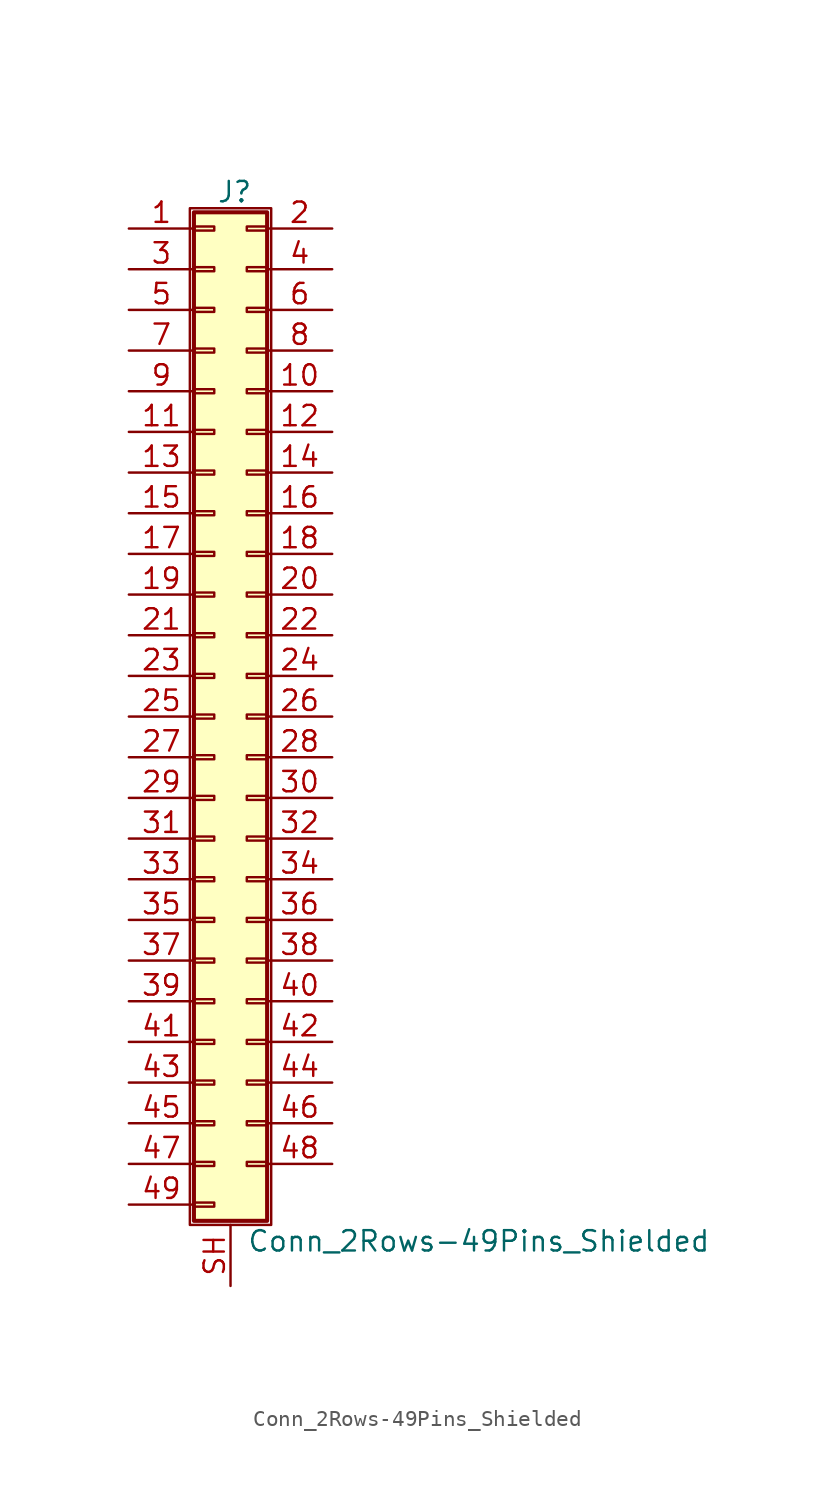
<source format=kicad_sym>
(kicad_symbol_lib
  (version 20201005)
  (generator kicad_symbol_editor)
  (symbol "Conn_2Rows-49Pins_Shielded"
    (pin_names
      (offset 1.016) hide)
    (property "Reference" "J"
      (at 1.524 32.766 0)
      (effects (font (size 1.27 1.27))))
    (property "Value" "Conn_2Rows-49Pins_Shielded"
      (at 2.286 -32.766 0)
      (effects (font (size 1.27 1.27)) (justify left)))
    (symbol "Conn_2Rows-49Pins_Shielded_1_1"
      (rectangle (start -1.27 31.75) (end 3.81 -31.75) (stroke (width 0.152)) (fill (type none)))
      (rectangle (start -1.016 -30.353) (end 0.254 -30.607) (stroke (width 0.152)) (fill (type none)))
      (rectangle (start -1.016 -27.813) (end 0.254 -28.067) (stroke (width 0.152)) (fill (type none)))
      (rectangle (start -1.016 -25.273) (end 0.254 -25.527) (stroke (width 0.152)) (fill (type none)))
      (rectangle (start -1.016 -22.733) (end 0.254 -22.987) (stroke (width 0.152)) (fill (type none)))
      (rectangle (start -1.016 -20.193) (end 0.254 -20.447) (stroke (width 0.152)) (fill (type none)))
      (rectangle (start -1.016 -17.653) (end 0.254 -17.907) (stroke (width 0.152)) (fill (type none)))
      (rectangle (start -1.016 -15.113) (end 0.254 -15.367) (stroke (width 0.152)) (fill (type none)))
      (rectangle (start -1.016 -12.573) (end 0.254 -12.827) (stroke (width 0.152)) (fill (type none)))
      (rectangle (start -1.016 -10.033) (end 0.254 -10.287) (stroke (width 0.152)) (fill (type none)))
      (rectangle (start -1.016 -7.493) (end 0.254 -7.747) (stroke (width 0.152)) (fill (type none)))
      (rectangle (start -1.016 -4.953) (end 0.254 -5.207) (stroke (width 0.152)) (fill (type none)))
      (rectangle (start -1.016 -2.413) (end 0.254 -2.667) (stroke (width 0.152)) (fill (type none)))
      (rectangle (start -1.016 0.127) (end 0.254 -0.127) (stroke (width 0.152)) (fill (type none)))
      (rectangle (start -1.016 2.667) (end 0.254 2.413) (stroke (width 0.152)) (fill (type none)))
      (rectangle (start -1.016 5.207) (end 0.254 4.953) (stroke (width 0.152)) (fill (type none)))
      (rectangle (start -1.016 7.747) (end 0.254 7.493) (stroke (width 0.152)) (fill (type none)))
      (rectangle (start -1.016 10.287) (end 0.254 10.033) (stroke (width 0.152)) (fill (type none)))
      (rectangle (start -1.016 12.827) (end 0.254 12.573) (stroke (width 0.152)) (fill (type none)))
      (rectangle (start -1.016 15.367) (end 0.254 15.113) (stroke (width 0.152)) (fill (type none)))
      (rectangle (start -1.016 17.907) (end 0.254 17.653) (stroke (width 0.152)) (fill (type none)))
      (rectangle (start -1.016 20.447) (end 0.254 20.193) (stroke (width 0.152)) (fill (type none)))
      (rectangle (start -1.016 22.987) (end 0.254 22.733) (stroke (width 0.152)) (fill (type none)))
      (rectangle (start -1.016 25.527) (end 0.254 25.273) (stroke (width 0.152)) (fill (type none)))
      (rectangle (start -1.016 28.067) (end 0.254 27.813) (stroke (width 0.152)) (fill (type none)))
      (rectangle (start -1.016 30.607) (end 0.254 30.353) (stroke (width 0.152)) (fill (type none)))
      (rectangle (start -1.016 31.496) (end 3.556 -31.496) (stroke (width 0.254)) (fill (type background)))
      (rectangle (start 3.556 -27.813) (end 2.286 -28.067) (stroke (width 0.152)) (fill (type none)))
      (rectangle (start 3.556 -25.273) (end 2.286 -25.527) (stroke (width 0.152)) (fill (type none)))
      (rectangle (start 3.556 -22.733) (end 2.286 -22.987) (stroke (width 0.152)) (fill (type none)))
      (rectangle (start 3.556 -20.193) (end 2.286 -20.447) (stroke (width 0.152)) (fill (type none)))
      (rectangle (start 3.556 -17.653) (end 2.286 -17.907) (stroke (width 0.152)) (fill (type none)))
      (rectangle (start 3.556 -15.113) (end 2.286 -15.367) (stroke (width 0.152)) (fill (type none)))
      (rectangle (start 3.556 -12.573) (end 2.286 -12.827) (stroke (width 0.152)) (fill (type none)))
      (rectangle (start 3.556 -10.033) (end 2.286 -10.287) (stroke (width 0.152)) (fill (type none)))
      (rectangle (start 3.556 -7.493) (end 2.286 -7.747) (stroke (width 0.152)) (fill (type none)))
      (rectangle (start 3.556 -4.953) (end 2.286 -5.207) (stroke (width 0.152)) (fill (type none)))
      (rectangle (start 3.556 -2.413) (end 2.286 -2.667) (stroke (width 0.152)) (fill (type none)))
      (rectangle (start 3.556 0.127) (end 2.286 -0.127) (stroke (width 0.152)) (fill (type none)))
      (rectangle (start 3.556 2.667) (end 2.286 2.413) (stroke (width 0.152)) (fill (type none)))
      (rectangle (start 3.556 5.207) (end 2.286 4.953) (stroke (width 0.152)) (fill (type none)))
      (rectangle (start 3.556 7.747) (end 2.286 7.493) (stroke (width 0.152)) (fill (type none)))
      (rectangle (start 3.556 10.287) (end 2.286 10.033) (stroke (width 0.152)) (fill (type none)))
      (rectangle (start 3.556 12.827) (end 2.286 12.573) (stroke (width 0.152)) (fill (type none)))
      (rectangle (start 3.556 15.367) (end 2.286 15.113) (stroke (width 0.152)) (fill (type none)))
      (rectangle (start 3.556 17.907) (end 2.286 17.653) (stroke (width 0.152)) (fill (type none)))
      (rectangle (start 3.556 20.447) (end 2.286 20.193) (stroke (width 0.152)) (fill (type none)))
      (rectangle (start 3.556 22.987) (end 2.286 22.733) (stroke (width 0.152)) (fill (type none)))
      (rectangle (start 3.556 25.527) (end 2.286 25.273) (stroke (width 0.152)) (fill (type none)))
      (rectangle (start 3.556 28.067) (end 2.286 27.813) (stroke (width 0.152)) (fill (type none)))
      (rectangle (start 3.556 30.607) (end 2.286 30.353) (stroke (width 0.152)) (fill (type none)))
      (pin passive line (at -5.08 30.48 0) (length 4.064) (name "Pin_1" (effects (font (size 1.27 1.27)))) (number "1" (effects (font (size 1.27 1.27)))))
      (pin passive line (at 7.62 20.32 180) (length 4.064) (name "Pin_10" (effects (font (size 1.27 1.27)))) (number "10" (effects (font (size 1.27 1.27)))))
      (pin passive line (at -5.08 17.78 0) (length 4.064) (name "Pin_11" (effects (font (size 1.27 1.27)))) (number "11" (effects (font (size 1.27 1.27)))))
      (pin passive line (at 7.62 17.78 180) (length 4.064) (name "Pin_12" (effects (font (size 1.27 1.27)))) (number "12" (effects (font (size 1.27 1.27)))))
      (pin passive line (at -5.08 15.24 0) (length 4.064) (name "Pin_13" (effects (font (size 1.27 1.27)))) (number "13" (effects (font (size 1.27 1.27)))))
      (pin passive line (at 7.62 15.24 180) (length 4.064) (name "Pin_14" (effects (font (size 1.27 1.27)))) (number "14" (effects (font (size 1.27 1.27)))))
      (pin passive line (at -5.08 12.7 0) (length 4.064) (name "Pin_15" (effects (font (size 1.27 1.27)))) (number "15" (effects (font (size 1.27 1.27)))))
      (pin passive line (at 7.62 12.7 180) (length 4.064) (name "Pin_16" (effects (font (size 1.27 1.27)))) (number "16" (effects (font (size 1.27 1.27)))))
      (pin passive line (at -5.08 10.16 0) (length 4.064) (name "Pin_17" (effects (font (size 1.27 1.27)))) (number "17" (effects (font (size 1.27 1.27)))))
      (pin passive line (at 7.62 10.16 180) (length 4.064) (name "Pin_18" (effects (font (size 1.27 1.27)))) (number "18" (effects (font (size 1.27 1.27)))))
      (pin passive line (at -5.08 7.62 0) (length 4.064) (name "Pin_19" (effects (font (size 1.27 1.27)))) (number "19" (effects (font (size 1.27 1.27)))))
      (pin passive line (at 7.62 30.48 180) (length 4.064) (name "Pin_2" (effects (font (size 1.27 1.27)))) (number "2" (effects (font (size 1.27 1.27)))))
      (pin passive line (at 7.62 7.62 180) (length 4.064) (name "Pin_20" (effects (font (size 1.27 1.27)))) (number "20" (effects (font (size 1.27 1.27)))))
      (pin passive line (at -5.08 5.08 0) (length 4.064) (name "Pin_21" (effects (font (size 1.27 1.27)))) (number "21" (effects (font (size 1.27 1.27)))))
      (pin passive line (at 7.62 5.08 180) (length 4.064) (name "Pin_22" (effects (font (size 1.27 1.27)))) (number "22" (effects (font (size 1.27 1.27)))))
      (pin passive line (at -5.08 2.54 0) (length 4.064) (name "Pin_23" (effects (font (size 1.27 1.27)))) (number "23" (effects (font (size 1.27 1.27)))))
      (pin passive line (at 7.62 2.54 180) (length 4.064) (name "Pin_24" (effects (font (size 1.27 1.27)))) (number "24" (effects (font (size 1.27 1.27)))))
      (pin passive line (at -5.08 0 0) (length 4.064) (name "Pin_25" (effects (font (size 1.27 1.27)))) (number "25" (effects (font (size 1.27 1.27)))))
      (pin passive line (at 7.62 0 180) (length 4.064) (name "Pin_26" (effects (font (size 1.27 1.27)))) (number "26" (effects (font (size 1.27 1.27)))))
      (pin passive line (at -5.08 -2.54 0) (length 4.064) (name "Pin_27" (effects (font (size 1.27 1.27)))) (number "27" (effects (font (size 1.27 1.27)))))
      (pin passive line (at 7.62 -2.54 180) (length 4.064) (name "Pin_28" (effects (font (size 1.27 1.27)))) (number "28" (effects (font (size 1.27 1.27)))))
      (pin passive line (at -5.08 -5.08 0) (length 4.064) (name "Pin_29" (effects (font (size 1.27 1.27)))) (number "29" (effects (font (size 1.27 1.27)))))
      (pin passive line (at -5.08 27.94 0) (length 4.064) (name "Pin_3" (effects (font (size 1.27 1.27)))) (number "3" (effects (font (size 1.27 1.27)))))
      (pin passive line (at 7.62 -5.08 180) (length 4.064) (name "Pin_30" (effects (font (size 1.27 1.27)))) (number "30" (effects (font (size 1.27 1.27)))))
      (pin passive line (at -5.08 -7.62 0) (length 4.064) (name "Pin_31" (effects (font (size 1.27 1.27)))) (number "31" (effects (font (size 1.27 1.27)))))
      (pin passive line (at 7.62 -7.62 180) (length 4.064) (name "Pin_32" (effects (font (size 1.27 1.27)))) (number "32" (effects (font (size 1.27 1.27)))))
      (pin passive line (at -5.08 -10.16 0) (length 4.064) (name "Pin_33" (effects (font (size 1.27 1.27)))) (number "33" (effects (font (size 1.27 1.27)))))
      (pin passive line (at 7.62 -10.16 180) (length 4.064) (name "Pin_34" (effects (font (size 1.27 1.27)))) (number "34" (effects (font (size 1.27 1.27)))))
      (pin passive line (at -5.08 -12.7 0) (length 4.064) (name "Pin_35" (effects (font (size 1.27 1.27)))) (number "35" (effects (font (size 1.27 1.27)))))
      (pin passive line (at 7.62 -12.7 180) (length 4.064) (name "Pin_36" (effects (font (size 1.27 1.27)))) (number "36" (effects (font (size 1.27 1.27)))))
      (pin passive line (at -5.08 -15.24 0) (length 4.064) (name "Pin_37" (effects (font (size 1.27 1.27)))) (number "37" (effects (font (size 1.27 1.27)))))
      (pin passive line (at 7.62 -15.24 180) (length 4.064) (name "Pin_38" (effects (font (size 1.27 1.27)))) (number "38" (effects (font (size 1.27 1.27)))))
      (pin passive line (at -5.08 -17.78 0) (length 4.064) (name "Pin_39" (effects (font (size 1.27 1.27)))) (number "39" (effects (font (size 1.27 1.27)))))
      (pin passive line (at 7.62 27.94 180) (length 4.064) (name "Pin_4" (effects (font (size 1.27 1.27)))) (number "4" (effects (font (size 1.27 1.27)))))
      (pin passive line (at 7.62 -17.78 180) (length 4.064) (name "Pin_40" (effects (font (size 1.27 1.27)))) (number "40" (effects (font (size 1.27 1.27)))))
      (pin passive line (at -5.08 -20.32 0) (length 4.064) (name "Pin_41" (effects (font (size 1.27 1.27)))) (number "41" (effects (font (size 1.27 1.27)))))
      (pin passive line (at 7.62 -20.32 180) (length 4.064) (name "Pin_42" (effects (font (size 1.27 1.27)))) (number "42" (effects (font (size 1.27 1.27)))))
      (pin passive line (at -5.08 -22.86 0) (length 4.064) (name "Pin_43" (effects (font (size 1.27 1.27)))) (number "43" (effects (font (size 1.27 1.27)))))
      (pin passive line (at 7.62 -22.86 180) (length 4.064) (name "Pin_44" (effects (font (size 1.27 1.27)))) (number "44" (effects (font (size 1.27 1.27)))))
      (pin passive line (at -5.08 -25.4 0) (length 4.064) (name "Pin_45" (effects (font (size 1.27 1.27)))) (number "45" (effects (font (size 1.27 1.27)))))
      (pin passive line (at 7.62 -25.4 180) (length 4.064) (name "Pin_46" (effects (font (size 1.27 1.27)))) (number "46" (effects (font (size 1.27 1.27)))))
      (pin passive line (at -5.08 -27.94 0) (length 4.064) (name "Pin_47" (effects (font (size 1.27 1.27)))) (number "47" (effects (font (size 1.27 1.27)))))
      (pin passive line (at 7.62 -27.94 180) (length 4.064) (name "Pin_48" (effects (font (size 1.27 1.27)))) (number "48" (effects (font (size 1.27 1.27)))))
      (pin passive line (at -5.08 -30.48 0) (length 4.064) (name "Pin_49" (effects (font (size 1.27 1.27)))) (number "49" (effects (font (size 1.27 1.27)))))
      (pin passive line (at -5.08 25.4 0) (length 4.064) (name "Pin_5" (effects (font (size 1.27 1.27)))) (number "5" (effects (font (size 1.27 1.27)))))
      (pin passive line (at 7.62 25.4 180) (length 4.064) (name "Pin_6" (effects (font (size 1.27 1.27)))) (number "6" (effects (font (size 1.27 1.27)))))
      (pin passive line (at -5.08 22.86 0) (length 4.064) (name "Pin_7" (effects (font (size 1.27 1.27)))) (number "7" (effects (font (size 1.27 1.27)))))
      (pin passive line (at 7.62 22.86 180) (length 4.064) (name "Pin_8" (effects (font (size 1.27 1.27)))) (number "8" (effects (font (size 1.27 1.27)))))
      (pin passive line (at -5.08 20.32 0) (length 4.064) (name "Pin_9" (effects (font (size 1.27 1.27)))) (number "9" (effects (font (size 1.27 1.27)))))
      (pin passive line (at 1.27 -35.56 90) (length 3.81) (name "Shield" (effects (font (size 1.27 1.27)))) (number "SH" (effects (font (size 1.27 1.27))))))))
</source>
